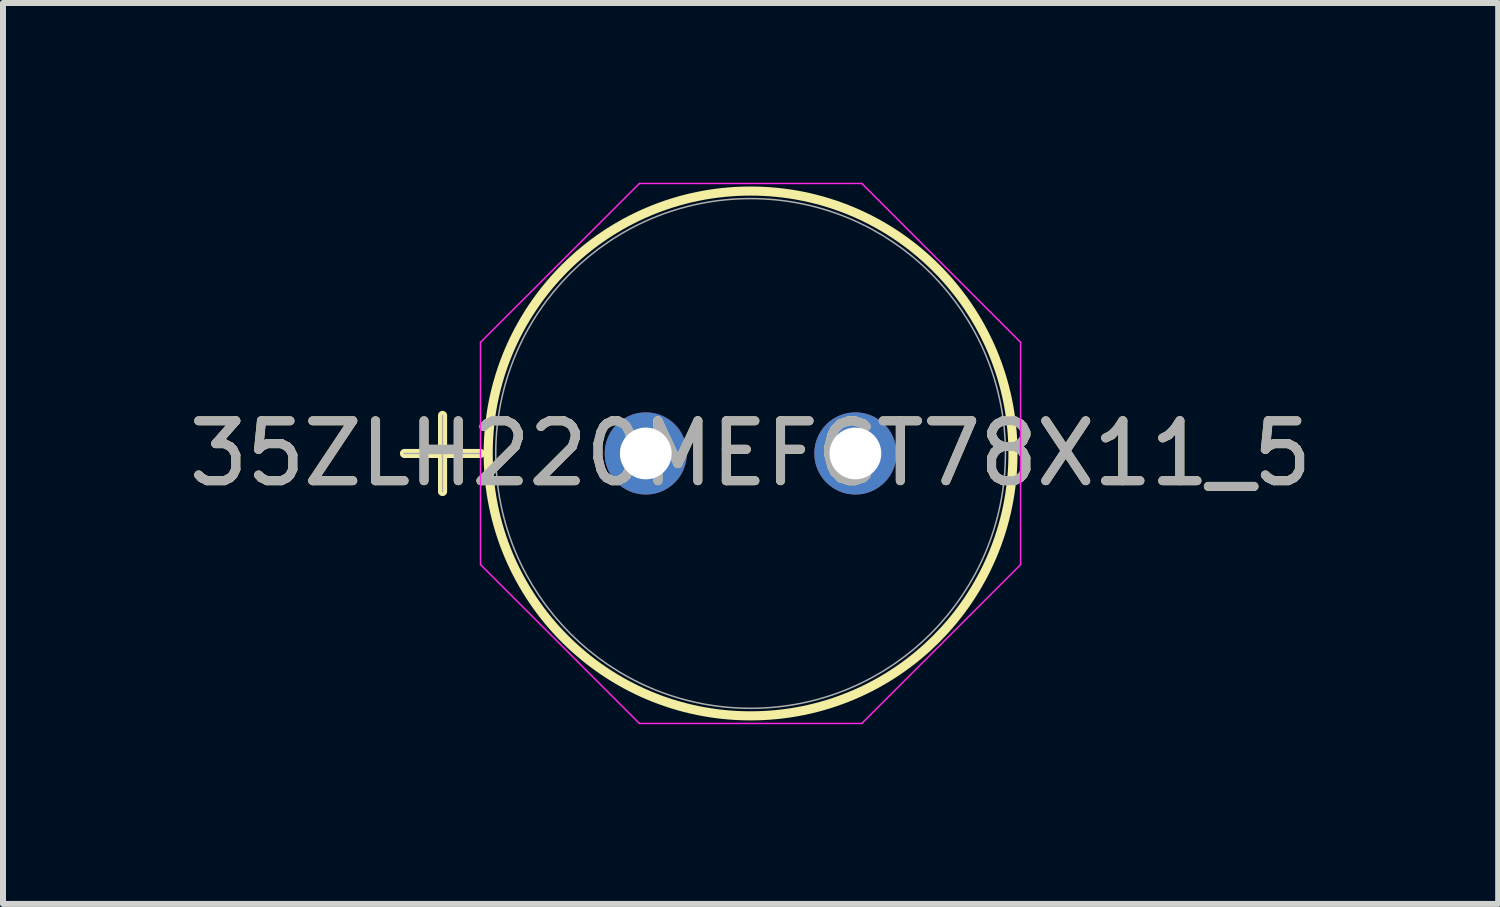
<source format=kicad_pcb>
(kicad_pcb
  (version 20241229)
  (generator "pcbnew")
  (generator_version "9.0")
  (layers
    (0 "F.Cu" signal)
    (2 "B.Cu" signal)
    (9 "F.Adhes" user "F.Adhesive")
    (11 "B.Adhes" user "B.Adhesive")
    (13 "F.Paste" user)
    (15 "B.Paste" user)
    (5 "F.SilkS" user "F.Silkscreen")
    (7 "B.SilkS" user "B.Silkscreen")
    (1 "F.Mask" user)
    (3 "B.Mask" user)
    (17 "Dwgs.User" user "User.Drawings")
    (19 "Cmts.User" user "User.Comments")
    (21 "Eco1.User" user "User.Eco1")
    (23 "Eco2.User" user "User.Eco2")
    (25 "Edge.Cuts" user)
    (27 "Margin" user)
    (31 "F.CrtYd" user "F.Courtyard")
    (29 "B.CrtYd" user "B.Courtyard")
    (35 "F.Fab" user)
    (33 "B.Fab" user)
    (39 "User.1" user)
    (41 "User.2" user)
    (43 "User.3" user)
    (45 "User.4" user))
  (footprint "35ZLH220MEFCT78X11_5"
    (layer "F.Cu")
    (at 7.732 4.521)
    (property "Reference" "35ZLH220MEFCT78X11_5" (at 1.75 0 0) (unlocked yes) (layer "F.SilkS") (effects (font (size 1 1) (thickness 0.15))))
    (attr through_hole)
    (fp_line (start -4.029 0) (end -2.759 0) (stroke (width 0.152) (type solid)) (layer "F.SilkS"))
    (fp_line (start -3.393 -0.635) (end -3.393 0.635) (stroke (width 0.152) (type solid)) (layer "F.SilkS"))
    (fp_circle (center 1.75 0) (end 6.131 0) (stroke (width 0.152) (type solid)) (fill no) (layer "F.SilkS"))
    (fp_line (start -2.759 -1.856) (end -0.106 -4.508) (stroke (width 0.025) (type solid)) (layer "F.CrtYd"))
    (fp_line (start -2.759 1.856) (end -2.759 -1.856) (stroke (width 0.025) (type solid)) (layer "F.CrtYd"))
    (fp_line (start -0.106 -4.508) (end 3.606 -4.508) (stroke (width 0.025) (type solid)) (layer "F.CrtYd"))
    (fp_line (start -0.106 4.508) (end -2.759 1.856) (stroke (width 0.025) (type solid)) (layer "F.CrtYd"))
    (fp_line (start 3.606 -4.508) (end 6.258 -1.856) (stroke (width 0.025) (type solid)) (layer "F.CrtYd"))
    (fp_line (start 3.606 4.508) (end -0.106 4.508) (stroke (width 0.025) (type solid)) (layer "F.CrtYd"))
    (fp_line (start 6.258 -1.856) (end 6.258 1.856) (stroke (width 0.025) (type solid)) (layer "F.CrtYd"))
    (fp_line (start 6.258 1.856) (end 3.606 4.508) (stroke (width 0.025) (type solid)) (layer "F.CrtYd"))
    (fp_line (start -4.029 0) (end -2.759 0) (stroke (width 0.025) (type solid)) (layer "F.Fab"))
    (fp_line (start -3.393 -0.635) (end -3.393 0.635) (stroke (width 0.025) (type solid)) (layer "F.Fab"))
    (fp_circle (center 1.75 0) (end 6.005 0) (stroke (width 0.025) (type solid)) (fill no) (layer "F.Fab"))
    (fp_text user "${REFERENCE}" (at 1.75 0 0) (unlocked yes) (layer "F.Fab") (effects (font (size 1 1) (thickness 0.15))))
    (pad "1" thru_hole circle (at 0 0) (size 1.372 1.372) (drill 0.864) (layers "*.Cu" "*.Mask"))
    (pad "2" thru_hole circle (at 3.5 0) (size 1.372 1.372) (drill 0.864) (layers "*.Cu" "*.Mask")))
  (gr_rect
    (start -3 -3)
    (end 21.964 12.042)
    (stroke (width 0.1) (type default))
    (fill no)
    (layer "Edge.Cuts")))
</source>
